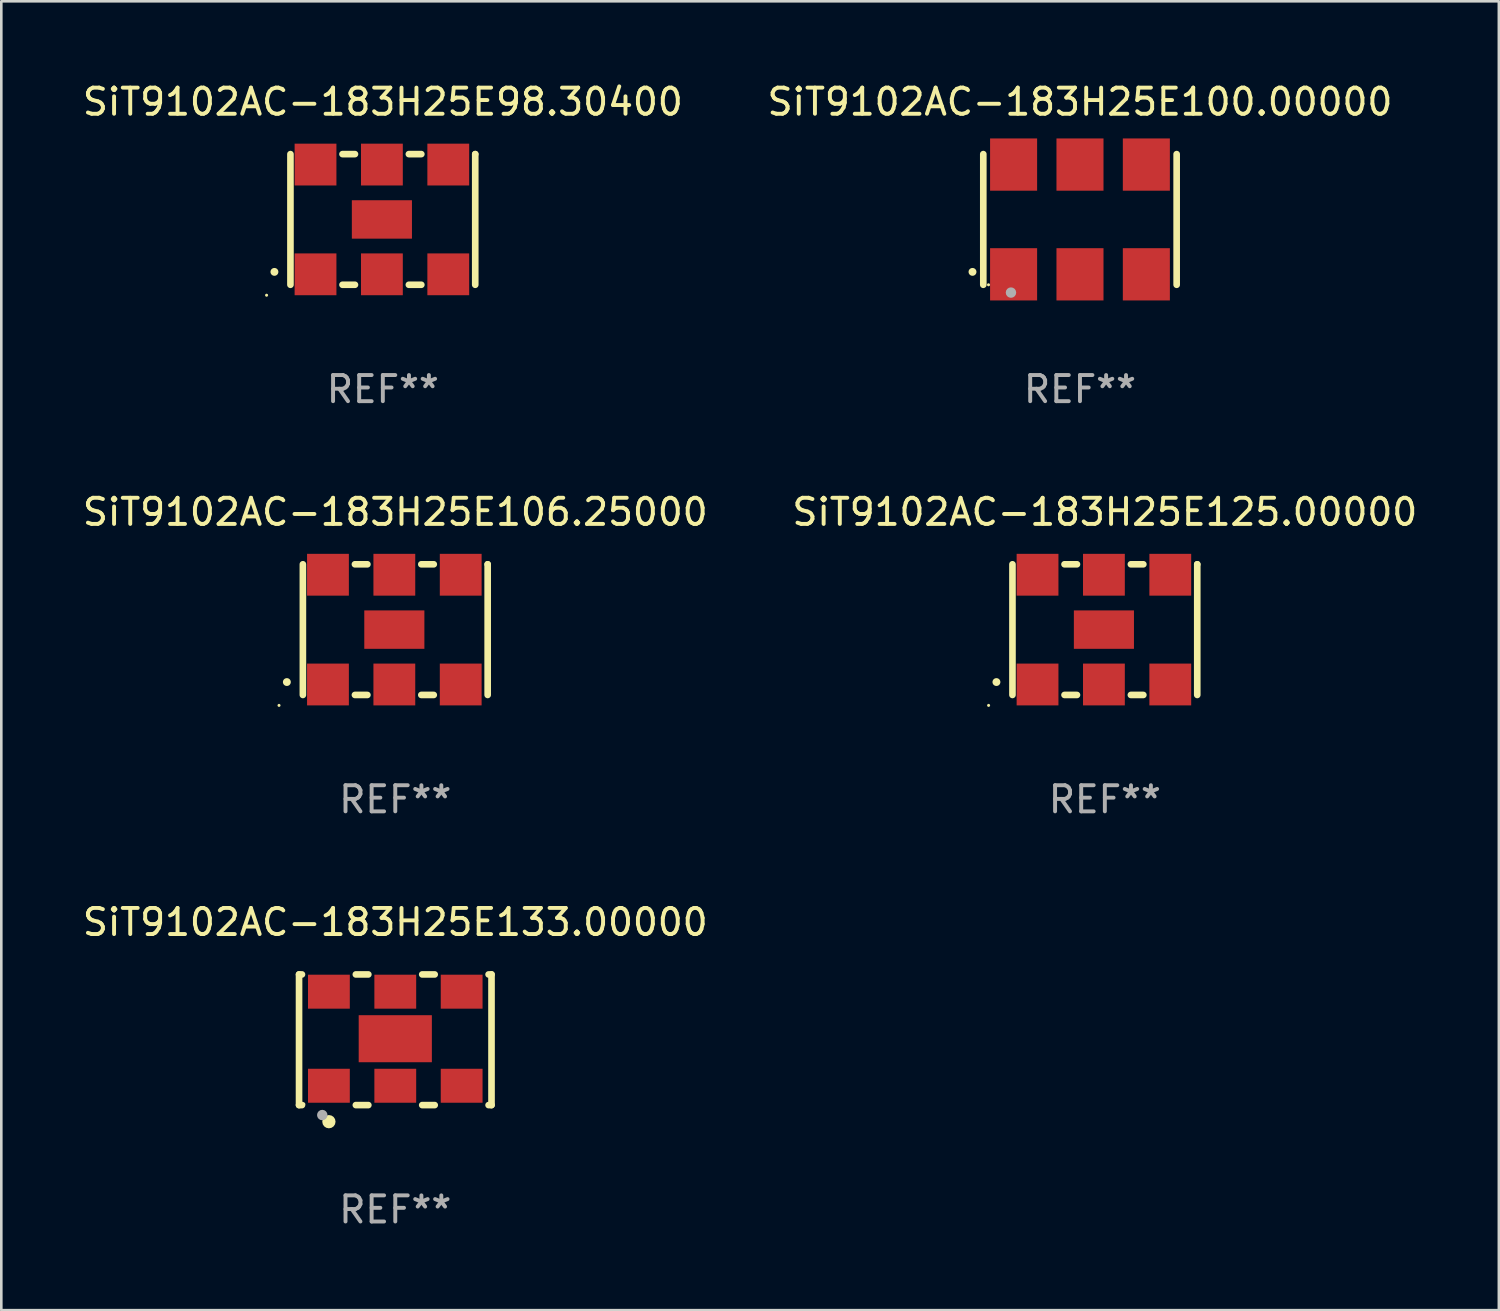
<source format=kicad_pcb>
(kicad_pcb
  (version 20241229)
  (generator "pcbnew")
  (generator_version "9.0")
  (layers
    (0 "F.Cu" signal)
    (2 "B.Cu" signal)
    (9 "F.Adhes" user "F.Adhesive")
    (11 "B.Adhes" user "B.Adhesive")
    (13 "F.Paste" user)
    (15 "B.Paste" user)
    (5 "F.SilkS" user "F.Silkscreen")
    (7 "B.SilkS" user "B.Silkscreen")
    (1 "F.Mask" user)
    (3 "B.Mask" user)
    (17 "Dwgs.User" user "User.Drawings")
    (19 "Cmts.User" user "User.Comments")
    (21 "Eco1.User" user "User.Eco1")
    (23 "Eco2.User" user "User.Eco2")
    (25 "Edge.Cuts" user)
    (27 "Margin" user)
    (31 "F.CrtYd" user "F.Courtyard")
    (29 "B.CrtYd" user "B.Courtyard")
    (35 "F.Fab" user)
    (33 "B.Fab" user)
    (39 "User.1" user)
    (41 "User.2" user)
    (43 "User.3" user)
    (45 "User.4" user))
  (footprint "SiT9102AC-183H25E98.30400"
    (layer "F.Cu")
    (at 11.601 5.348)
    (property "Reference" "SiT9102AC-183H25E98.30400" (at 0 -4.5 0) (layer "F.SilkS") (effects (font (size 1 1) (thickness 0.15))))
    (attr through_hole)
    (fp_line (start -3.536 -2.5) (end -3.536 2.5) (stroke (width 0.254) (type solid)) (layer "F.SilkS"))
    (fp_line (start -1.544 2.5) (end -1.067 2.5) (stroke (width 0.254) (type solid)) (layer "F.SilkS"))
    (fp_line (start -1.067 -2.5) (end -1.544 -2.5) (stroke (width 0.254) (type solid)) (layer "F.SilkS"))
    (fp_line (start 0.996 2.5) (end 1.473 2.5) (stroke (width 0.254) (type solid)) (layer "F.SilkS"))
    (fp_line (start 1.473 -2.5) (end 0.996 -2.5) (stroke (width 0.254) (type solid)) (layer "F.SilkS"))
    (fp_line (start 3.536 -2.5) (end 3.536 -2.5) (stroke (width 0.254) (type solid)) (layer "F.SilkS"))
    (fp_line (start 3.536 2.5) (end 3.536 -2.5) (stroke (width 0.254) (type solid)) (layer "F.SilkS"))
    (fp_arc (start -4.150432 2.006604) (mid -4.149162 2.006599) (end -4.147892 2.006604) (stroke (width 0.3) (type solid)) (layer "F.SilkS"))
    (fp_circle (center -4.449 2.9) (end -4.419 2.9) (stroke (width 0.06) (type solid)) (fill no) (layer "F.SilkS"))
    (fp_text user "REF**" (at 0 6.5 0) (layer "F.Fab") (effects (font (size 1 1) (thickness 0.15))))
    (pad "1" smd rect (at -2.576 2.1) (size 1.6 1.6) (layers "F.Cu" "F.Mask" "F.Paste"))
    (pad "2" smd rect (at -0.036 2.1) (size 1.6 1.6) (layers "F.Cu" "F.Mask" "F.Paste"))
    (pad "3" smd rect (at 2.504 2.1) (size 1.6 1.6) (layers "F.Cu" "F.Mask" "F.Paste"))
    (pad "4" smd rect (at 2.504 -2.1) (size 1.6 1.6) (layers "F.Cu" "F.Mask" "F.Paste"))
    (pad "5" smd rect (at -0.036 -2.1) (size 1.6 1.6) (layers "F.Cu" "F.Mask" "F.Paste"))
    (pad "6" smd rect (at -2.576 -2.1) (size 1.6 1.6) (layers "F.Cu" "F.Mask" "F.Paste"))
    (pad "7" smd rect (at -0.036 0) (size 2.3 1.47) (layers "F.Cu" "F.Mask" "F.Paste")))
  (footprint "SiT9102AC-183H25E133.00000"
    (layer "F.Cu")
    (at 12.077 36.741)
    (property "Reference" "SiT9102AC-183H25E133.00000" (at 0 -4.5 0) (layer "F.SilkS") (effects (font (size 1 1) (thickness 0.15))))
    (attr through_hole)
    (fp_line (start -3.683 -2.5) (end -3.571 -2.5) (stroke (width 0.254) (type solid)) (layer "F.SilkS"))
    (fp_line (start -3.683 2.5) (end -3.683 -2.5) (stroke (width 0.254) (type solid)) (layer "F.SilkS"))
    (fp_line (start -3.683 2.5) (end -3.571 2.5) (stroke (width 0.254) (type solid)) (layer "F.SilkS"))
    (fp_line (start -1.509 -2.5) (end -1.031 -2.5) (stroke (width 0.254) (type solid)) (layer "F.SilkS"))
    (fp_line (start -1.509 2.5) (end -1.031 2.5) (stroke (width 0.254) (type solid)) (layer "F.SilkS"))
    (fp_line (start 1.031 -2.5) (end 1.509 -2.5) (stroke (width 0.254) (type solid)) (layer "F.SilkS"))
    (fp_line (start 1.031 2.5) (end 1.509 2.5) (stroke (width 0.254) (type solid)) (layer "F.SilkS"))
    (fp_line (start 3.571 -2.5) (end 3.683 -2.5) (stroke (width 0.254) (type solid)) (layer "F.SilkS"))
    (fp_line (start 3.571 2.5) (end 3.683 2.5) (stroke (width 0.254) (type solid)) (layer "F.SilkS"))
    (fp_line (start 3.683 2.5) (end 3.683 -2.5) (stroke (width 0.254) (type solid)) (layer "F.SilkS"))
    (fp_circle (center -3.5 2.46) (end -3.47 2.46) (stroke (width 0.06) (type solid)) (fill no) (layer "F.SilkS"))
    (fp_circle (center -2.54 3.135) (end -2.413 3.135) (stroke (width 0.254) (type solid)) (fill no) (layer "F.SilkS"))
    (fp_circle (center -2.794 2.881) (end -2.694 2.881) (stroke (width 0.2) (type solid)) (fill no) (layer "F.Fab"))
    (fp_text user "REF**" (at 0 6.5 0) (layer "F.Fab") (effects (font (size 1 1) (thickness 0.15))))
    (pad "1" smd rect (at -2.54 1.76) (size 1.6 1.3) (layers "F.Cu" "F.Mask" "F.Paste"))
    (pad "2" smd rect (at 0 1.76) (size 1.6 1.3) (layers "F.Cu" "F.Mask" "F.Paste"))
    (pad "3" smd rect (at 2.54 1.76) (size 1.6 1.3) (layers "F.Cu" "F.Mask" "F.Paste"))
    (pad "4" smd rect (at 2.54 -1.84) (size 1.6 1.3) (layers "F.Cu" "F.Mask" "F.Paste"))
    (pad "5" smd rect (at 0 -1.84) (size 1.6 1.3) (layers "F.Cu" "F.Mask" "F.Paste"))
    (pad "6" smd rect (at -2.54 -1.84) (size 1.6 1.3) (layers "F.Cu" "F.Mask" "F.Paste"))
    (pad "7" smd rect (at 0 -0.04) (size 2.8 1.8) (layers "F.Cu" "F.Mask" "F.Paste")))
  (footprint "SiT9102AC-183H25E100.00000"
    (layer "F.Cu")
    (at 38.28 5.348)
    (property "Reference" "SiT9102AC-183H25E100.00000" (at 0 -4.5 0) (layer "F.SilkS") (effects (font (size 1 1) (thickness 0.15))))
    (attr through_hole)
    (fp_line (start -3.7 -2.5) (end -3.7 2.5) (stroke (width 0.254) (type solid)) (layer "F.SilkS"))
    (fp_line (start 3.7 -2.5) (end 3.7 2.5) (stroke (width 0.254) (type solid)) (layer "F.SilkS"))
    (fp_arc (start -4.114415 2.006604) (mid -4.113145 2.006599) (end -4.111875 2.006604) (stroke (width 0.3) (type solid)) (layer "F.SilkS"))
    (fp_circle (center -3.5 2.501) (end -3.47 2.501) (stroke (width 0.06) (type solid)) (fill no) (layer "F.SilkS"))
    (fp_circle (center -2.641 2.799) (end -2.541 2.799) (stroke (width 0.2) (type solid)) (fill no) (layer "F.Fab"))
    (fp_text user "REF**" (at 0 6.5 0) (layer "F.Fab") (effects (font (size 1 1) (thickness 0.15))))
    (pad "1" smd rect (at -2.54 2.1) (size 1.8 2) (layers "F.Cu" "F.Mask" "F.Paste"))
    (pad "2" smd rect (at 0.000394 2.1) (size 1.8 2) (layers "F.Cu" "F.Mask" "F.Paste"))
    (pad "3" smd rect (at 2.54 2.1) (size 1.8 2) (layers "F.Cu" "F.Mask" "F.Paste"))
    (pad "4" smd rect (at 2.54 -2.1) (size 1.8 2) (layers "F.Cu" "F.Mask" "F.Paste"))
    (pad "5" smd rect (at 0.000394 -2.1) (size 1.8 2) (layers "F.Cu" "F.Mask" "F.Paste"))
    (pad "6" smd rect (at -2.54 -2.1) (size 1.8 2) (layers "F.Cu" "F.Mask" "F.Paste")))
  (footprint "SiT9102AC-183H25E125.00000"
    (layer "F.Cu")
    (at 39.232 21.045)
    (property "Reference" "SiT9102AC-183H25E125.00000" (at 0 -4.5 0) (layer "F.SilkS") (effects (font (size 1 1) (thickness 0.15))))
    (attr through_hole)
    (fp_line (start -3.536 -2.5) (end -3.536 2.5) (stroke (width 0.254) (type solid)) (layer "F.SilkS"))
    (fp_line (start -1.544 2.5) (end -1.067 2.5) (stroke (width 0.254) (type solid)) (layer "F.SilkS"))
    (fp_line (start -1.067 -2.5) (end -1.544 -2.5) (stroke (width 0.254) (type solid)) (layer "F.SilkS"))
    (fp_line (start 0.996 2.5) (end 1.473 2.5) (stroke (width 0.254) (type solid)) (layer "F.SilkS"))
    (fp_line (start 1.473 -2.5) (end 0.996 -2.5) (stroke (width 0.254) (type solid)) (layer "F.SilkS"))
    (fp_line (start 3.536 -2.5) (end 3.536 -2.5) (stroke (width 0.254) (type solid)) (layer "F.SilkS"))
    (fp_line (start 3.536 2.5) (end 3.536 -2.5) (stroke (width 0.254) (type solid)) (layer "F.SilkS"))
    (fp_arc (start -4.150432 2.006604) (mid -4.149162 2.006599) (end -4.147892 2.006604) (stroke (width 0.3) (type solid)) (layer "F.SilkS"))
    (fp_circle (center -4.449 2.9) (end -4.419 2.9) (stroke (width 0.06) (type solid)) (fill no) (layer "F.SilkS"))
    (fp_text user "REF**" (at 0 6.5 0) (layer "F.Fab") (effects (font (size 1 1) (thickness 0.15))))
    (pad "1" smd rect (at -2.576 2.1) (size 1.6 1.6) (layers "F.Cu" "F.Mask" "F.Paste"))
    (pad "2" smd rect (at -0.036 2.1) (size 1.6 1.6) (layers "F.Cu" "F.Mask" "F.Paste"))
    (pad "3" smd rect (at 2.504 2.1) (size 1.6 1.6) (layers "F.Cu" "F.Mask" "F.Paste"))
    (pad "4" smd rect (at 2.504 -2.1) (size 1.6 1.6) (layers "F.Cu" "F.Mask" "F.Paste"))
    (pad "5" smd rect (at -0.036 -2.1) (size 1.6 1.6) (layers "F.Cu" "F.Mask" "F.Paste"))
    (pad "6" smd rect (at -2.576 -2.1) (size 1.6 1.6) (layers "F.Cu" "F.Mask" "F.Paste"))
    (pad "7" smd rect (at -0.036 0) (size 2.3 1.47) (layers "F.Cu" "F.Mask" "F.Paste")))
  (footprint "SiT9102AC-183H25E106.25000"
    (layer "F.Cu")
    (at 12.077 21.045)
    (property "Reference" "SiT9102AC-183H25E106.25000" (at 0 -4.5 0) (layer "F.SilkS") (effects (font (size 1 1) (thickness 0.15))))
    (attr through_hole)
    (fp_line (start -3.536 -2.5) (end -3.536 2.5) (stroke (width 0.254) (type solid)) (layer "F.SilkS"))
    (fp_line (start -1.544 2.5) (end -1.067 2.5) (stroke (width 0.254) (type solid)) (layer "F.SilkS"))
    (fp_line (start -1.067 -2.5) (end -1.544 -2.5) (stroke (width 0.254) (type solid)) (layer "F.SilkS"))
    (fp_line (start 0.996 2.5) (end 1.473 2.5) (stroke (width 0.254) (type solid)) (layer "F.SilkS"))
    (fp_line (start 1.473 -2.5) (end 0.996 -2.5) (stroke (width 0.254) (type solid)) (layer "F.SilkS"))
    (fp_line (start 3.536 -2.5) (end 3.536 -2.5) (stroke (width 0.254) (type solid)) (layer "F.SilkS"))
    (fp_line (start 3.536 2.5) (end 3.536 -2.5) (stroke (width 0.254) (type solid)) (layer "F.SilkS"))
    (fp_arc (start -4.150432 2.006604) (mid -4.149162 2.006599) (end -4.147892 2.006604) (stroke (width 0.3) (type solid)) (layer "F.SilkS"))
    (fp_circle (center -4.449 2.9) (end -4.419 2.9) (stroke (width 0.06) (type solid)) (fill no) (layer "F.SilkS"))
    (fp_text user "REF**" (at 0 6.5 0) (layer "F.Fab") (effects (font (size 1 1) (thickness 0.15))))
    (pad "1" smd rect (at -2.576 2.1) (size 1.6 1.6) (layers "F.Cu" "F.Mask" "F.Paste"))
    (pad "2" smd rect (at -0.036 2.1) (size 1.6 1.6) (layers "F.Cu" "F.Mask" "F.Paste"))
    (pad "3" smd rect (at 2.504 2.1) (size 1.6 1.6) (layers "F.Cu" "F.Mask" "F.Paste"))
    (pad "4" smd rect (at 2.504 -2.1) (size 1.6 1.6) (layers "F.Cu" "F.Mask" "F.Paste"))
    (pad "5" smd rect (at -0.036 -2.1) (size 1.6 1.6) (layers "F.Cu" "F.Mask" "F.Paste"))
    (pad "6" smd rect (at -2.576 -2.1) (size 1.6 1.6) (layers "F.Cu" "F.Mask" "F.Paste"))
    (pad "7" smd rect (at -0.036 0) (size 2.3 1.47) (layers "F.Cu" "F.Mask" "F.Paste")))
  (gr_rect
    (start -3 -3)
    (end 54.31 47.09)
    (stroke (width 0.1) (type default))
    (fill no)
    (layer "Edge.Cuts")))
</source>
